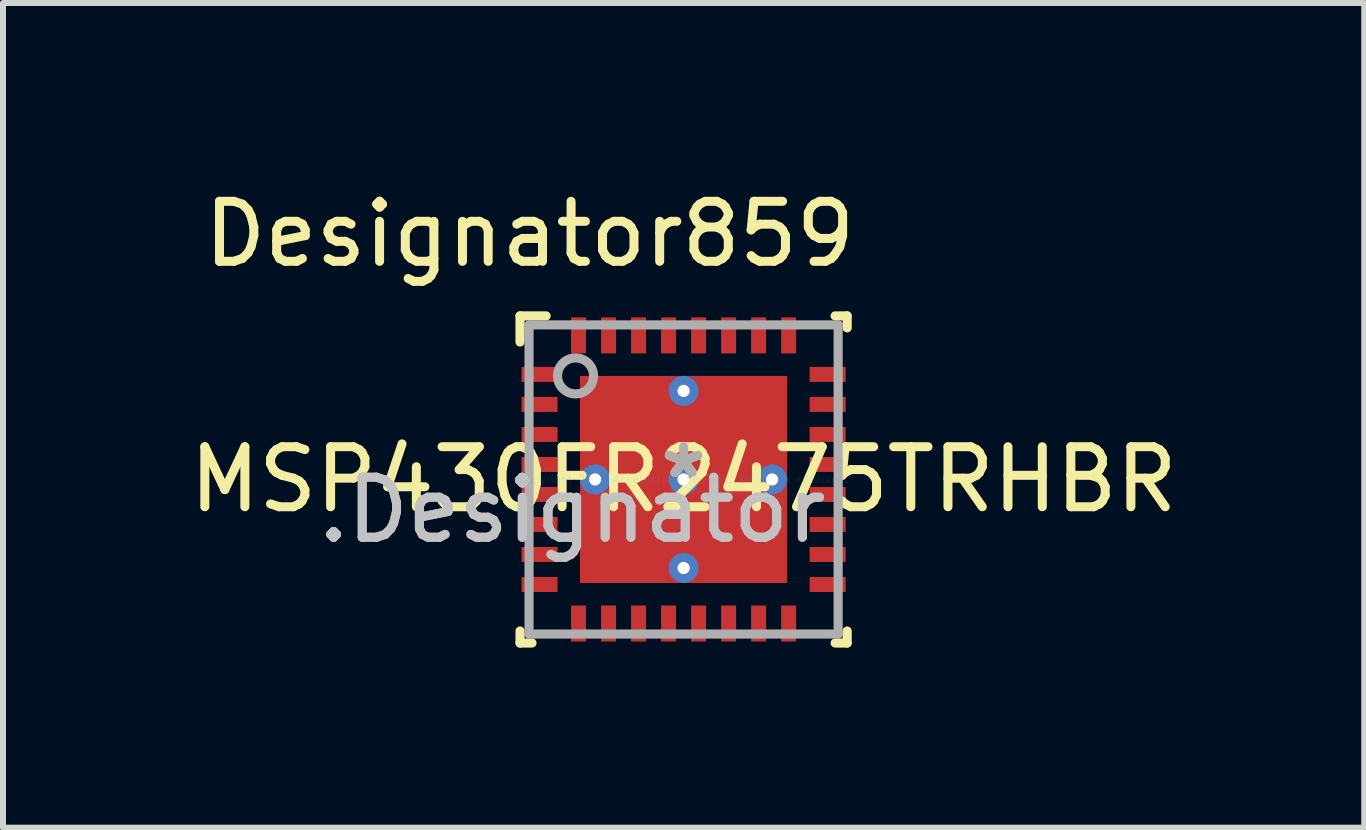
<source format=kicad_pcb>
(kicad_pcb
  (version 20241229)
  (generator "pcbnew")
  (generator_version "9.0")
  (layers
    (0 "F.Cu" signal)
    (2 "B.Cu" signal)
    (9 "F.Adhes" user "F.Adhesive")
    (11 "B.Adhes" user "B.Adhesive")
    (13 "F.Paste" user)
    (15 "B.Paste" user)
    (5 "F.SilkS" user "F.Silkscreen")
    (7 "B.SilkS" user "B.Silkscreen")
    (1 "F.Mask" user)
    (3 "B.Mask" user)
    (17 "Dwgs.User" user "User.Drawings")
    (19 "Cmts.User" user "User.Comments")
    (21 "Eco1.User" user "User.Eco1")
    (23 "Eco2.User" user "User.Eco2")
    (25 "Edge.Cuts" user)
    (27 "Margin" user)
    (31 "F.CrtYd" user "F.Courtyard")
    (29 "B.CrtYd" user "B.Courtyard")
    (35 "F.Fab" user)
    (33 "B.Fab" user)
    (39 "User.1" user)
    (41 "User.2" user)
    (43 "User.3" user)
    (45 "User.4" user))
  (footprint "MSP430FR2475TRHBR"
    (layer "F.Cu")
    (at 8.339 4.938)
    (property "Reference" "MSP430FR2475TRHBR" (at 0 0 0) (layer "F.SilkS") (effects (font (size 1 1) (thickness 0.15))))
    (attr through_hole)
    (fp_line (start -2.725 -2.725) (end -2.29 -2.725) (stroke (width 0.152) (type solid)) (layer "F.SilkS"))
    (fp_line (start -2.725 -2.29) (end -2.725 -2.725) (stroke (width 0.152) (type solid)) (layer "F.SilkS"))
    (fp_line (start -2.725 2.725) (end -2.725 2.525) (stroke (width 0.152) (type solid)) (layer "F.SilkS"))
    (fp_line (start -2.725 2.725) (end -2.525 2.725) (stroke (width 0.152) (type solid)) (layer "F.SilkS"))
    (fp_line (start 2.525 -2.725) (end 2.725 -2.725) (stroke (width 0.152) (type solid)) (layer "F.SilkS"))
    (fp_line (start 2.525 2.725) (end 2.725 2.725) (stroke (width 0.152) (type solid)) (layer "F.SilkS"))
    (fp_line (start 2.725 -2.525) (end 2.725 -2.725) (stroke (width 0.152) (type solid)) (layer "F.SilkS"))
    (fp_line (start 2.725 2.725) (end 2.725 2.525) (stroke (width 0.152) (type solid)) (layer "F.SilkS"))
    (fp_line (start -1.59 -1.538) (end -1.589 -1.548) (stroke (width 0.152) (type solid)) (layer "F.Paste"))
    (fp_line (start -1.59 -0.152) (end -1.59 -1.538) (stroke (width 0.152) (type solid)) (layer "F.Paste"))
    (fp_line (start -1.59 0.152) (end -1.589 0.142) (stroke (width 0.152) (type solid)) (layer "F.Paste"))
    (fp_line (start -1.59 1.538) (end -1.59 0.152) (stroke (width 0.152) (type solid)) (layer "F.Paste"))
    (fp_line (start -1.589 -1.548) (end -1.586 -1.558) (stroke (width 0.152) (type solid)) (layer "F.Paste"))
    (fp_line (start -1.589 -0.142) (end -1.59 -0.152) (stroke (width 0.152) (type solid)) (layer "F.Paste"))
    (fp_line (start -1.589 0.142) (end -1.586 0.132) (stroke (width 0.152) (type solid)) (layer "F.Paste"))
    (fp_line (start -1.589 1.548) (end -1.59 1.538) (stroke (width 0.152) (type solid)) (layer "F.Paste"))
    (fp_line (start -1.586 -1.558) (end -1.581 -1.567) (stroke (width 0.152) (type solid)) (layer "F.Paste"))
    (fp_line (start -1.586 -0.132) (end -1.589 -0.142) (stroke (width 0.152) (type solid)) (layer "F.Paste"))
    (fp_line (start -1.586 0.132) (end -1.581 0.123) (stroke (width 0.152) (type solid)) (layer "F.Paste"))
    (fp_line (start -1.586 1.558) (end -1.589 1.548) (stroke (width 0.152) (type solid)) (layer "F.Paste"))
    (fp_line (start -1.581 -1.567) (end -1.575 -1.575) (stroke (width 0.152) (type solid)) (layer "F.Paste"))
    (fp_line (start -1.581 -0.123) (end -1.586 -0.132) (stroke (width 0.152) (type solid)) (layer "F.Paste"))
    (fp_line (start -1.581 0.123) (end -1.575 0.115) (stroke (width 0.152) (type solid)) (layer "F.Paste"))
    (fp_line (start -1.581 1.567) (end -1.586 1.558) (stroke (width 0.152) (type solid)) (layer "F.Paste"))
    (fp_line (start -1.575 -1.575) (end -1.567 -1.581) (stroke (width 0.152) (type solid)) (layer "F.Paste"))
    (fp_line (start -1.575 -0.115) (end -1.581 -0.123) (stroke (width 0.152) (type solid)) (layer "F.Paste"))
    (fp_line (start -1.575 0.115) (end -1.567 0.109) (stroke (width 0.152) (type solid)) (layer "F.Paste"))
    (fp_line (start -1.575 1.575) (end -1.581 1.567) (stroke (width 0.152) (type solid)) (layer "F.Paste"))
    (fp_line (start -1.567 -1.581) (end -1.558 -1.586) (stroke (width 0.152) (type solid)) (layer "F.Paste"))
    (fp_line (start -1.567 -0.109) (end -1.575 -0.115) (stroke (width 0.152) (type solid)) (layer "F.Paste"))
    (fp_line (start -1.567 0.109) (end -1.558 0.104) (stroke (width 0.152) (type solid)) (layer "F.Paste"))
    (fp_line (start -1.567 1.581) (end -1.575 1.575) (stroke (width 0.152) (type solid)) (layer "F.Paste"))
    (fp_line (start -1.558 -1.586) (end -1.548 -1.589) (stroke (width 0.152) (type solid)) (layer "F.Paste"))
    (fp_line (start -1.558 -0.104) (end -1.567 -0.109) (stroke (width 0.152) (type solid)) (layer "F.Paste"))
    (fp_line (start -1.558 0.104) (end -1.548 0.101) (stroke (width 0.152) (type solid)) (layer "F.Paste"))
    (fp_line (start -1.558 1.586) (end -1.567 1.581) (stroke (width 0.152) (type solid)) (layer "F.Paste"))
    (fp_line (start -1.548 -1.589) (end -1.538 -1.59) (stroke (width 0.152) (type solid)) (layer "F.Paste"))
    (fp_line (start -1.548 -0.101) (end -1.558 -0.104) (stroke (width 0.152) (type solid)) (layer "F.Paste"))
    (fp_line (start -1.548 0.101) (end -1.538 0.1) (stroke (width 0.152) (type solid)) (layer "F.Paste"))
    (fp_line (start -1.548 1.589) (end -1.558 1.586) (stroke (width 0.152) (type solid)) (layer "F.Paste"))
    (fp_line (start -1.538 -1.59) (end -0.152 -1.59) (stroke (width 0.152) (type solid)) (layer "F.Paste"))
    (fp_line (start -1.538 -0.1) (end -1.548 -0.101) (stroke (width 0.152) (type solid)) (layer "F.Paste"))
    (fp_line (start -1.538 0.1) (end -0.152 0.1) (stroke (width 0.152) (type solid)) (layer "F.Paste"))
    (fp_line (start -1.538 1.59) (end -1.548 1.589) (stroke (width 0.152) (type solid)) (layer "F.Paste"))
    (fp_line (start -0.152 -1.59) (end -0.142 -1.589) (stroke (width 0.152) (type solid)) (layer "F.Paste"))
    (fp_line (start -0.152 -0.1) (end -1.538 -0.1) (stroke (width 0.152) (type solid)) (layer "F.Paste"))
    (fp_line (start -0.152 0.1) (end -0.142 0.101) (stroke (width 0.152) (type solid)) (layer "F.Paste"))
    (fp_line (start -0.152 1.59) (end -1.538 1.59) (stroke (width 0.152) (type solid)) (layer "F.Paste"))
    (fp_line (start -0.142 -1.589) (end -0.132 -1.586) (stroke (width 0.152) (type solid)) (layer "F.Paste"))
    (fp_line (start -0.142 -0.101) (end -0.152 -0.1) (stroke (width 0.152) (type solid)) (layer "F.Paste"))
    (fp_line (start -0.142 0.101) (end -0.132 0.104) (stroke (width 0.152) (type solid)) (layer "F.Paste"))
    (fp_line (start -0.142 1.589) (end -0.152 1.59) (stroke (width 0.152) (type solid)) (layer "F.Paste"))
    (fp_line (start -0.132 -1.586) (end -0.123 -1.581) (stroke (width 0.152) (type solid)) (layer "F.Paste"))
    (fp_line (start -0.132 -0.104) (end -0.142 -0.101) (stroke (width 0.152) (type solid)) (layer "F.Paste"))
    (fp_line (start -0.132 0.104) (end -0.123 0.109) (stroke (width 0.152) (type solid)) (layer "F.Paste"))
    (fp_line (start -0.132 1.586) (end -0.142 1.589) (stroke (width 0.152) (type solid)) (layer "F.Paste"))
    (fp_line (start -0.123 -1.581) (end -0.115 -1.575) (stroke (width 0.152) (type solid)) (layer "F.Paste"))
    (fp_line (start -0.123 -0.109) (end -0.132 -0.104) (stroke (width 0.152) (type solid)) (layer "F.Paste"))
    (fp_line (start -0.123 0.109) (end -0.115 0.115) (stroke (width 0.152) (type solid)) (layer "F.Paste"))
    (fp_line (start -0.123 1.581) (end -0.132 1.586) (stroke (width 0.152) (type solid)) (layer "F.Paste"))
    (fp_line (start -0.115 -1.575) (end -0.109 -1.567) (stroke (width 0.152) (type solid)) (layer "F.Paste"))
    (fp_line (start -0.115 -0.115) (end -0.123 -0.109) (stroke (width 0.152) (type solid)) (layer "F.Paste"))
    (fp_line (start -0.115 0.115) (end -0.109 0.123) (stroke (width 0.152) (type solid)) (layer "F.Paste"))
    (fp_line (start -0.115 1.575) (end -0.123 1.581) (stroke (width 0.152) (type solid)) (layer "F.Paste"))
    (fp_line (start -0.109 -1.567) (end -0.104 -1.558) (stroke (width 0.152) (type solid)) (layer "F.Paste"))
    (fp_line (start -0.109 -0.123) (end -0.115 -0.115) (stroke (width 0.152) (type solid)) (layer "F.Paste"))
    (fp_line (start -0.109 0.123) (end -0.104 0.132) (stroke (width 0.152) (type solid)) (layer "F.Paste"))
    (fp_line (start -0.109 1.567) (end -0.115 1.575) (stroke (width 0.152) (type solid)) (layer "F.Paste"))
    (fp_line (start -0.104 -1.558) (end -0.101 -1.548) (stroke (width 0.152) (type solid)) (layer "F.Paste"))
    (fp_line (start -0.104 -0.132) (end -0.109 -0.123) (stroke (width 0.152) (type solid)) (layer "F.Paste"))
    (fp_line (start -0.104 0.132) (end -0.101 0.142) (stroke (width 0.152) (type solid)) (layer "F.Paste"))
    (fp_line (start -0.104 1.558) (end -0.109 1.567) (stroke (width 0.152) (type solid)) (layer "F.Paste"))
    (fp_line (start -0.101 -1.548) (end -0.1 -1.538) (stroke (width 0.152) (type solid)) (layer "F.Paste"))
    (fp_line (start -0.101 -0.142) (end -0.104 -0.132) (stroke (width 0.152) (type solid)) (layer "F.Paste"))
    (fp_line (start -0.101 0.142) (end -0.1 0.152) (stroke (width 0.152) (type solid)) (layer "F.Paste"))
    (fp_line (start -0.101 1.548) (end -0.104 1.558) (stroke (width 0.152) (type solid)) (layer "F.Paste"))
    (fp_line (start -0.1 -1.538) (end -0.1 -0.152) (stroke (width 0.152) (type solid)) (layer "F.Paste"))
    (fp_line (start -0.1 -0.152) (end -0.101 -0.142) (stroke (width 0.152) (type solid)) (layer "F.Paste"))
    (fp_line (start -0.1 0.152) (end -0.1 1.538) (stroke (width 0.152) (type solid)) (layer "F.Paste"))
    (fp_line (start -0.1 1.538) (end -0.101 1.548) (stroke (width 0.152) (type solid)) (layer "F.Paste"))
    (fp_line (start 0.1 -1.538) (end 0.101 -1.548) (stroke (width 0.152) (type solid)) (layer "F.Paste"))
    (fp_line (start 0.1 -0.152) (end 0.1 -1.538) (stroke (width 0.152) (type solid)) (layer "F.Paste"))
    (fp_line (start 0.1 0.152) (end 0.101 0.142) (stroke (width 0.152) (type solid)) (layer "F.Paste"))
    (fp_line (start 0.1 1.538) (end 0.1 0.152) (stroke (width 0.152) (type solid)) (layer "F.Paste"))
    (fp_line (start 0.101 -1.548) (end 0.104 -1.558) (stroke (width 0.152) (type solid)) (layer "F.Paste"))
    (fp_line (start 0.101 -0.142) (end 0.1 -0.152) (stroke (width 0.152) (type solid)) (layer "F.Paste"))
    (fp_line (start 0.101 0.142) (end 0.104 0.132) (stroke (width 0.152) (type solid)) (layer "F.Paste"))
    (fp_line (start 0.101 1.548) (end 0.1 1.538) (stroke (width 0.152) (type solid)) (layer "F.Paste"))
    (fp_line (start 0.104 -1.558) (end 0.109 -1.567) (stroke (width 0.152) (type solid)) (layer "F.Paste"))
    (fp_line (start 0.104 -0.132) (end 0.101 -0.142) (stroke (width 0.152) (type solid)) (layer "F.Paste"))
    (fp_line (start 0.104 0.132) (end 0.109 0.123) (stroke (width 0.152) (type solid)) (layer "F.Paste"))
    (fp_line (start 0.104 1.558) (end 0.101 1.548) (stroke (width 0.152) (type solid)) (layer "F.Paste"))
    (fp_line (start 0.109 -1.567) (end 0.115 -1.575) (stroke (width 0.152) (type solid)) (layer "F.Paste"))
    (fp_line (start 0.109 -0.123) (end 0.104 -0.132) (stroke (width 0.152) (type solid)) (layer "F.Paste"))
    (fp_line (start 0.109 0.123) (end 0.115 0.115) (stroke (width 0.152) (type solid)) (layer "F.Paste"))
    (fp_line (start 0.109 1.567) (end 0.104 1.558) (stroke (width 0.152) (type solid)) (layer "F.Paste"))
    (fp_line (start 0.115 -1.575) (end 0.123 -1.581) (stroke (width 0.152) (type solid)) (layer "F.Paste"))
    (fp_line (start 0.115 -0.115) (end 0.109 -0.123) (stroke (width 0.152) (type solid)) (layer "F.Paste"))
    (fp_line (start 0.115 0.115) (end 0.123 0.109) (stroke (width 0.152) (type solid)) (layer "F.Paste"))
    (fp_line (start 0.115 1.575) (end 0.109 1.567) (stroke (width 0.152) (type solid)) (layer "F.Paste"))
    (fp_line (start 0.123 -1.581) (end 0.132 -1.586) (stroke (width 0.152) (type solid)) (layer "F.Paste"))
    (fp_line (start 0.123 -0.109) (end 0.115 -0.115) (stroke (width 0.152) (type solid)) (layer "F.Paste"))
    (fp_line (start 0.123 0.109) (end 0.132 0.104) (stroke (width 0.152) (type solid)) (layer "F.Paste"))
    (fp_line (start 0.123 1.581) (end 0.115 1.575) (stroke (width 0.152) (type solid)) (layer "F.Paste"))
    (fp_line (start 0.132 -1.586) (end 0.142 -1.589) (stroke (width 0.152) (type solid)) (layer "F.Paste"))
    (fp_line (start 0.132 -0.104) (end 0.123 -0.109) (stroke (width 0.152) (type solid)) (layer "F.Paste"))
    (fp_line (start 0.132 0.104) (end 0.142 0.101) (stroke (width 0.152) (type solid)) (layer "F.Paste"))
    (fp_line (start 0.132 1.586) (end 0.123 1.581) (stroke (width 0.152) (type solid)) (layer "F.Paste"))
    (fp_line (start 0.142 -1.589) (end 0.152 -1.59) (stroke (width 0.152) (type solid)) (layer "F.Paste"))
    (fp_line (start 0.142 -0.101) (end 0.132 -0.104) (stroke (width 0.152) (type solid)) (layer "F.Paste"))
    (fp_line (start 0.142 0.101) (end 0.152 0.1) (stroke (width 0.152) (type solid)) (layer "F.Paste"))
    (fp_line (start 0.142 1.589) (end 0.132 1.586) (stroke (width 0.152) (type solid)) (layer "F.Paste"))
    (fp_line (start 0.152 -1.59) (end 1.538 -1.59) (stroke (width 0.152) (type solid)) (layer "F.Paste"))
    (fp_line (start 0.152 -0.1) (end 0.142 -0.101) (stroke (width 0.152) (type solid)) (layer "F.Paste"))
    (fp_line (start 0.152 0.1) (end 1.538 0.1) (stroke (width 0.152) (type solid)) (layer "F.Paste"))
    (fp_line (start 0.152 1.59) (end 0.142 1.589) (stroke (width 0.152) (type solid)) (layer "F.Paste"))
    (fp_line (start 1.538 -1.59) (end 1.548 -1.589) (stroke (width 0.152) (type solid)) (layer "F.Paste"))
    (fp_line (start 1.538 -0.1) (end 0.152 -0.1) (stroke (width 0.152) (type solid)) (layer "F.Paste"))
    (fp_line (start 1.538 0.1) (end 1.548 0.101) (stroke (width 0.152) (type solid)) (layer "F.Paste"))
    (fp_line (start 1.538 1.59) (end 0.152 1.59) (stroke (width 0.152) (type solid)) (layer "F.Paste"))
    (fp_line (start 1.548 -1.589) (end 1.558 -1.586) (stroke (width 0.152) (type solid)) (layer "F.Paste"))
    (fp_line (start 1.548 -0.101) (end 1.538 -0.1) (stroke (width 0.152) (type solid)) (layer "F.Paste"))
    (fp_line (start 1.548 0.101) (end 1.558 0.104) (stroke (width 0.152) (type solid)) (layer "F.Paste"))
    (fp_line (start 1.548 1.589) (end 1.538 1.59) (stroke (width 0.152) (type solid)) (layer "F.Paste"))
    (fp_line (start 1.558 -1.586) (end 1.567 -1.581) (stroke (width 0.152) (type solid)) (layer "F.Paste"))
    (fp_line (start 1.558 -0.104) (end 1.548 -0.101) (stroke (width 0.152) (type solid)) (layer "F.Paste"))
    (fp_line (start 1.558 0.104) (end 1.567 0.109) (stroke (width 0.152) (type solid)) (layer "F.Paste"))
    (fp_line (start 1.558 1.586) (end 1.548 1.589) (stroke (width 0.152) (type solid)) (layer "F.Paste"))
    (fp_line (start 1.567 -1.581) (end 1.575 -1.575) (stroke (width 0.152) (type solid)) (layer "F.Paste"))
    (fp_line (start 1.567 -0.109) (end 1.558 -0.104) (stroke (width 0.152) (type solid)) (layer "F.Paste"))
    (fp_line (start 1.567 0.109) (end 1.575 0.115) (stroke (width 0.152) (type solid)) (layer "F.Paste"))
    (fp_line (start 1.567 1.581) (end 1.558 1.586) (stroke (width 0.152) (type solid)) (layer "F.Paste"))
    (fp_line (start 1.575 -1.575) (end 1.581 -1.567) (stroke (width 0.152) (type solid)) (layer "F.Paste"))
    (fp_line (start 1.575 -0.115) (end 1.567 -0.109) (stroke (width 0.152) (type solid)) (layer "F.Paste"))
    (fp_line (start 1.575 0.115) (end 1.581 0.123) (stroke (width 0.152) (type solid)) (layer "F.Paste"))
    (fp_line (start 1.575 1.575) (end 1.567 1.581) (stroke (width 0.152) (type solid)) (layer "F.Paste"))
    (fp_line (start 1.581 -1.567) (end 1.586 -1.558) (stroke (width 0.152) (type solid)) (layer "F.Paste"))
    (fp_line (start 1.581 -0.123) (end 1.575 -0.115) (stroke (width 0.152) (type solid)) (layer "F.Paste"))
    (fp_line (start 1.581 0.123) (end 1.586 0.132) (stroke (width 0.152) (type solid)) (layer "F.Paste"))
    (fp_line (start 1.581 1.567) (end 1.575 1.575) (stroke (width 0.152) (type solid)) (layer "F.Paste"))
    (fp_line (start 1.586 -1.558) (end 1.589 -1.548) (stroke (width 0.152) (type solid)) (layer "F.Paste"))
    (fp_line (start 1.586 -0.132) (end 1.581 -0.123) (stroke (width 0.152) (type solid)) (layer "F.Paste"))
    (fp_line (start 1.586 0.132) (end 1.589 0.142) (stroke (width 0.152) (type solid)) (layer "F.Paste"))
    (fp_line (start 1.586 1.558) (end 1.581 1.567) (stroke (width 0.152) (type solid)) (layer "F.Paste"))
    (fp_line (start 1.589 -1.548) (end 1.59 -1.538) (stroke (width 0.152) (type solid)) (layer "F.Paste"))
    (fp_line (start 1.589 -0.142) (end 1.586 -0.132) (stroke (width 0.152) (type solid)) (layer "F.Paste"))
    (fp_line (start 1.589 0.142) (end 1.59 0.152) (stroke (width 0.152) (type solid)) (layer "F.Paste"))
    (fp_line (start 1.589 1.548) (end 1.586 1.558) (stroke (width 0.152) (type solid)) (layer "F.Paste"))
    (fp_line (start 1.59 -1.538) (end 1.59 -0.152) (stroke (width 0.152) (type solid)) (layer "F.Paste"))
    (fp_line (start 1.59 -0.152) (end 1.589 -0.142) (stroke (width 0.152) (type solid)) (layer "F.Paste"))
    (fp_line (start 1.59 0.152) (end 1.59 1.538) (stroke (width 0.152) (type solid)) (layer "F.Paste"))
    (fp_line (start 1.59 1.538) (end 1.589 1.548) (stroke (width 0.152) (type solid)) (layer "F.Paste"))
    (fp_line (start -2.575 -2.575) (end 2.575 -2.575) (stroke (width 0.152) (type solid)) (layer "F.Fab"))
    (fp_line (start -2.575 2.575) (end -2.575 -2.575) (stroke (width 0.152) (type solid)) (layer "F.Fab"))
    (fp_line (start -2.575 2.575) (end 2.575 2.575) (stroke (width 0.152) (type solid)) (layer "F.Fab"))
    (fp_line (start 2.575 2.575) (end 2.575 -2.575) (stroke (width 0.152) (type solid)) (layer "F.Fab"))
    (fp_circle (center -1.8 -1.725) (end -1.5 -1.725) (stroke (width 0.152) (type solid)) (fill no) (layer "F.Fab"))
    (fp_text user "Designator859" (at -2.565 -4.089 0) (layer "F.SilkS") (effects (font (size 1 1) (thickness 0.15))))
    (fp_text user "*" (at 0 0 0) (layer "F.SilkS") (effects (font (size 1 1) (thickness 0.15))))
    (fp_text user ".Designator" (at -1.854 0.508 0) (layer "Dwgs.User") (effects (font (size 1 1) (thickness 0.15))))
    (fp_text user "Copyright 2016 Accelerated Designs. All rights reserved." (at 0 0 0) (layer "Cmts.User") (effects (font (size 0.127 0.127) (thickness 0.002))))
    (fp_text user ".Designator" (at -1.854 0.508 0) (layer "F.Fab") (effects (font (size 1 1) (thickness 0.15))))
    (fp_text user "*" (at 0 0 0) (layer "F.Fab") (effects (font (size 1 1) (thickness 0.15))))
    (pad "1" smd rect (at -2.4 -1.75 90) (size 0.25 0.6) (layers "F.Cu" "F.Mask" "F.Paste"))
    (pad "2" smd rect (at -2.4 -1.25 90) (size 0.25 0.6) (layers "F.Cu" "F.Mask" "F.Paste"))
    (pad "3" smd rect (at -2.4 -0.75 90) (size 0.25 0.6) (layers "F.Cu" "F.Mask" "F.Paste"))
    (pad "4" smd rect (at -2.4 -0.25 90) (size 0.25 0.6) (layers "F.Cu" "F.Mask" "F.Paste"))
    (pad "5" smd rect (at -2.4 0.25 90) (size 0.25 0.6) (layers "F.Cu" "F.Mask" "F.Paste"))
    (pad "6" smd rect (at -2.4 0.75 90) (size 0.25 0.6) (layers "F.Cu" "F.Mask" "F.Paste"))
    (pad "7" smd rect (at -2.4 1.25 90) (size 0.25 0.6) (layers "F.Cu" "F.Mask" "F.Paste"))
    (pad "8" smd rect (at -2.4 1.75 90) (size 0.25 0.6) (layers "F.Cu" "F.Mask" "F.Paste"))
    (pad "9" smd rect (at -1.75 2.4) (size 0.25 0.6) (layers "F.Cu" "F.Mask" "F.Paste"))
    (pad "10" smd rect (at -1.25 2.4) (size 0.25 0.6) (layers "F.Cu" "F.Mask" "F.Paste"))
    (pad "11" smd rect (at -0.75 2.4) (size 0.25 0.6) (layers "F.Cu" "F.Mask" "F.Paste"))
    (pad "12" smd rect (at -0.25 2.4) (size 0.25 0.6) (layers "F.Cu" "F.Mask" "F.Paste"))
    (pad "13" smd rect (at 0.25 2.4) (size 0.25 0.6) (layers "F.Cu" "F.Mask" "F.Paste"))
    (pad "14" smd rect (at 0.75 2.4) (size 0.25 0.6) (layers "F.Cu" "F.Mask" "F.Paste"))
    (pad "15" smd rect (at 1.25 2.4) (size 0.25 0.6) (layers "F.Cu" "F.Mask" "F.Paste"))
    (pad "16" smd rect (at 1.75 2.4) (size 0.25 0.6) (layers "F.Cu" "F.Mask" "F.Paste"))
    (pad "17" smd rect (at 2.4 1.75 90) (size 0.25 0.6) (layers "F.Cu" "F.Mask" "F.Paste"))
    (pad "18" smd rect (at 2.4 1.25 90) (size 0.25 0.6) (layers "F.Cu" "F.Mask" "F.Paste"))
    (pad "19" smd rect (at 2.4 0.75 90) (size 0.25 0.6) (layers "F.Cu" "F.Mask" "F.Paste"))
    (pad "20" smd rect (at 2.4 0.25 90) (size 0.25 0.6) (layers "F.Cu" "F.Mask" "F.Paste"))
    (pad "21" smd rect (at 2.4 -0.25 90) (size 0.25 0.6) (layers "F.Cu" "F.Mask" "F.Paste"))
    (pad "22" smd rect (at 2.4 -0.75 90) (size 0.25 0.6) (layers "F.Cu" "F.Mask" "F.Paste"))
    (pad "23" smd rect (at 2.4 -1.25 90) (size 0.25 0.6) (layers "F.Cu" "F.Mask" "F.Paste"))
    (pad "24" smd rect (at 2.4 -1.75 90) (size 0.25 0.6) (layers "F.Cu" "F.Mask" "F.Paste"))
    (pad "25" smd rect (at 1.75 -2.4) (size 0.25 0.6) (layers "F.Cu" "F.Mask" "F.Paste"))
    (pad "26" smd rect (at 1.25 -2.4) (size 0.25 0.6) (layers "F.Cu" "F.Mask" "F.Paste"))
    (pad "27" smd rect (at 0.75 -2.4) (size 0.25 0.6) (layers "F.Cu" "F.Mask" "F.Paste"))
    (pad "28" smd rect (at 0.25 -2.4) (size 0.25 0.6) (layers "F.Cu" "F.Mask" "F.Paste"))
    (pad "29" smd rect (at -0.25 -2.4) (size 0.25 0.6) (layers "F.Cu" "F.Mask" "F.Paste"))
    (pad "30" smd rect (at -0.75 -2.4) (size 0.25 0.6) (layers "F.Cu" "F.Mask" "F.Paste"))
    (pad "31" smd rect (at -1.25 -2.4) (size 0.25 0.6) (layers "F.Cu" "F.Mask" "F.Paste"))
    (pad "32" smd rect (at -1.75 -2.4) (size 0.25 0.6) (layers "F.Cu" "F.Mask" "F.Paste"))
    (pad "33" smd rect (at 0 -0.000003) (size 3.45 3.45) (layers "F.Cu" "F.Mask" "F.Paste"))
    (pad "V" thru_hole circle (at -1.475 -0.000003) (size 0.5 0.5) (drill 0.203) (layers "*.Cu" "*.Mask"))
    (pad "V" thru_hole circle (at 0 -1.475) (size 0.5 0.5) (drill 0.203) (layers "*.Cu" "*.Mask"))
    (pad "V" thru_hole circle (at 0 -0.000003) (size 0.5 0.5) (drill 0.203) (layers "*.Cu" "*.Mask"))
    (pad "V" thru_hole circle (at 0 1.475) (size 0.5 0.5) (drill 0.203) (layers "*.Cu" "*.Mask"))
    (pad "V" thru_hole circle (at 1.475 -0.000003) (size 0.5 0.5) (drill 0.203) (layers "*.Cu" "*.Mask")))
  (gr_rect
    (start -3 -3)
    (end 19.679 10.739)
    (stroke (width 0.1) (type default))
    (fill no)
    (layer "Edge.Cuts")))
</source>
